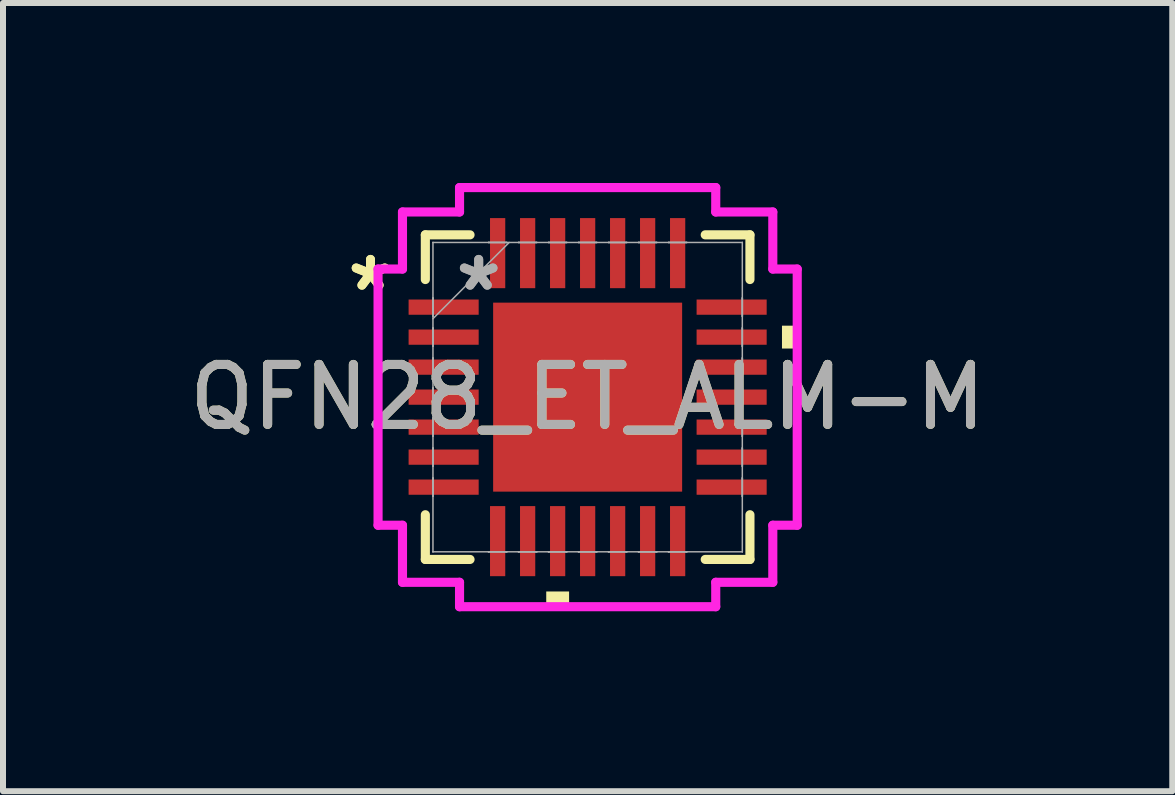
<source format=kicad_pcb>
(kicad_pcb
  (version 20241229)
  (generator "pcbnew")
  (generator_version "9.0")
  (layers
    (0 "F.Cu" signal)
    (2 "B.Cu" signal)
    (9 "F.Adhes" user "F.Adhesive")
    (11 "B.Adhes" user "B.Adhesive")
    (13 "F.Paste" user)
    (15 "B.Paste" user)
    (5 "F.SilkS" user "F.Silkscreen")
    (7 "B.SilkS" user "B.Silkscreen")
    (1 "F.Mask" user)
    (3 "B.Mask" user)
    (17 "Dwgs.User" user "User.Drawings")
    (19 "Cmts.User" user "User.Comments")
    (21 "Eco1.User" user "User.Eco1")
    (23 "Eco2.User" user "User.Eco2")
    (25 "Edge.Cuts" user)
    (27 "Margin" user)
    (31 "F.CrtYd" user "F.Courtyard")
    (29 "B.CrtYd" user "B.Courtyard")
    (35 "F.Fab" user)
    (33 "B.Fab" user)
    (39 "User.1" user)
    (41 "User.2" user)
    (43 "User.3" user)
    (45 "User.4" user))
  (footprint "QFN28_ET_ALM-M"
    (layer "F.Cu")
    (at 6.744 3.569)
    (property "Reference" "QFN28_ET_ALM-M" (at 0 0 0) (unlocked yes) (layer "F.SilkS") (effects (font (size 1 1) (thickness 0.15))))
    (attr smd)
    (fp_line (start -2.705 -2.705) (end -2.705 -1.96) (stroke (width 0.152) (type solid)) (layer "F.SilkS"))
    (fp_line (start -2.705 1.96) (end -2.705 2.705) (stroke (width 0.152) (type solid)) (layer "F.SilkS"))
    (fp_line (start -2.705 2.705) (end -1.96 2.705) (stroke (width 0.152) (type solid)) (layer "F.SilkS"))
    (fp_line (start -1.96 -2.705) (end -2.705 -2.705) (stroke (width 0.152) (type solid)) (layer "F.SilkS"))
    (fp_line (start 1.96 2.705) (end 2.705 2.705) (stroke (width 0.152) (type solid)) (layer "F.SilkS"))
    (fp_line (start 2.705 -2.705) (end 1.96 -2.705) (stroke (width 0.152) (type solid)) (layer "F.SilkS"))
    (fp_line (start 2.705 -1.96) (end 2.705 -2.705) (stroke (width 0.152) (type solid)) (layer "F.SilkS"))
    (fp_line (start 2.705 2.705) (end 2.705 1.96) (stroke (width 0.152) (type solid)) (layer "F.SilkS"))
    (fp_poly (pts (xy -0.69 3.239) (xy -0.69 3.493) (xy -0.309 3.493) (xy -0.309 3.239)) (stroke (width 0) (type solid)) (fill yes) (layer "F.SilkS"))
    (fp_poly (pts (xy 3.493 -1.191) (xy 3.493 -0.81) (xy 3.239 -0.81) (xy 3.239 -1.191)) (stroke (width 0) (type solid)) (fill yes) (layer "F.SilkS"))
    (fp_poly (pts (xy -1.475 -1.475) (xy -1.475 -0.1) (xy -0.1 -0.1) (xy -0.1 -1.475)) (stroke (width 0) (type solid)) (fill yes) (layer "F.Paste"))
    (fp_poly (pts (xy -1.475 0.1) (xy -1.475 1.475) (xy -0.1 1.475) (xy -0.1 0.1)) (stroke (width 0) (type solid)) (fill yes) (layer "F.Paste"))
    (fp_poly (pts (xy 0.1 -1.475) (xy 0.1 -0.1) (xy 1.475 -0.1) (xy 1.475 -1.475)) (stroke (width 0) (type solid)) (fill yes) (layer "F.Paste"))
    (fp_poly (pts (xy 0.1 0.1) (xy 0.1 1.475) (xy 1.475 1.475) (xy 1.475 0.1)) (stroke (width 0) (type solid)) (fill yes) (layer "F.Paste"))
    (fp_line (start -3.493 -2.135) (end -3.086 -2.135) (stroke (width 0.152) (type solid)) (layer "F.CrtYd"))
    (fp_line (start -3.493 2.135) (end -3.493 -2.135) (stroke (width 0.152) (type solid)) (layer "F.CrtYd"))
    (fp_line (start -3.086 -3.086) (end -2.135 -3.086) (stroke (width 0.152) (type solid)) (layer "F.CrtYd"))
    (fp_line (start -3.086 -2.135) (end -3.086 -3.086) (stroke (width 0.152) (type solid)) (layer "F.CrtYd"))
    (fp_line (start -3.086 2.135) (end -3.493 2.135) (stroke (width 0.152) (type solid)) (layer "F.CrtYd"))
    (fp_line (start -3.086 3.086) (end -3.086 2.135) (stroke (width 0.152) (type solid)) (layer "F.CrtYd"))
    (fp_line (start -2.135 -3.493) (end 2.135 -3.493) (stroke (width 0.152) (type solid)) (layer "F.CrtYd"))
    (fp_line (start -2.135 -3.086) (end -2.135 -3.493) (stroke (width 0.152) (type solid)) (layer "F.CrtYd"))
    (fp_line (start -2.135 3.086) (end -3.086 3.086) (stroke (width 0.152) (type solid)) (layer "F.CrtYd"))
    (fp_line (start -2.135 3.493) (end -2.135 3.086) (stroke (width 0.152) (type solid)) (layer "F.CrtYd"))
    (fp_line (start 2.135 -3.493) (end 2.135 -3.086) (stroke (width 0.152) (type solid)) (layer "F.CrtYd"))
    (fp_line (start 2.135 -3.086) (end 3.086 -3.086) (stroke (width 0.152) (type solid)) (layer "F.CrtYd"))
    (fp_line (start 2.135 3.086) (end 2.135 3.493) (stroke (width 0.152) (type solid)) (layer "F.CrtYd"))
    (fp_line (start 2.135 3.493) (end -2.135 3.493) (stroke (width 0.152) (type solid)) (layer "F.CrtYd"))
    (fp_line (start 3.086 -3.086) (end 3.086 -2.135) (stroke (width 0.152) (type solid)) (layer "F.CrtYd"))
    (fp_line (start 3.086 -2.135) (end 3.493 -2.135) (stroke (width 0.152) (type solid)) (layer "F.CrtYd"))
    (fp_line (start 3.086 2.135) (end 3.086 3.086) (stroke (width 0.152) (type solid)) (layer "F.CrtYd"))
    (fp_line (start 3.086 3.086) (end 2.135 3.086) (stroke (width 0.152) (type solid)) (layer "F.CrtYd"))
    (fp_line (start 3.493 -2.135) (end 3.493 2.135) (stroke (width 0.152) (type solid)) (layer "F.CrtYd"))
    (fp_line (start 3.493 2.135) (end 3.086 2.135) (stroke (width 0.152) (type solid)) (layer "F.CrtYd"))
    (fp_line (start -2.578 -2.578) (end -2.578 -2.578) (stroke (width 0.025) (type solid)) (layer "F.Fab"))
    (fp_line (start -2.578 -2.578) (end -2.578 2.578) (stroke (width 0.025) (type solid)) (layer "F.Fab"))
    (fp_line (start -2.578 -1.652) (end -2.578 -1.652) (stroke (width 0.025) (type solid)) (layer "F.Fab"))
    (fp_line (start -2.578 -1.652) (end -2.578 -1.348) (stroke (width 0.025) (type solid)) (layer "F.Fab"))
    (fp_line (start -2.578 -1.348) (end -2.578 -1.652) (stroke (width 0.025) (type solid)) (layer "F.Fab"))
    (fp_line (start -2.578 -1.348) (end -2.578 -1.348) (stroke (width 0.025) (type solid)) (layer "F.Fab"))
    (fp_line (start -2.578 -1.308) (end -1.308 -2.578) (stroke (width 0.025) (type solid)) (layer "F.Fab"))
    (fp_line (start -2.578 -1.152) (end -2.578 -1.152) (stroke (width 0.025) (type solid)) (layer "F.Fab"))
    (fp_line (start -2.578 -1.152) (end -2.578 -0.848) (stroke (width 0.025) (type solid)) (layer "F.Fab"))
    (fp_line (start -2.578 -0.848) (end -2.578 -1.152) (stroke (width 0.025) (type solid)) (layer "F.Fab"))
    (fp_line (start -2.578 -0.848) (end -2.578 -0.848) (stroke (width 0.025) (type solid)) (layer "F.Fab"))
    (fp_line (start -2.578 -0.652) (end -2.578 -0.652) (stroke (width 0.025) (type solid)) (layer "F.Fab"))
    (fp_line (start -2.578 -0.652) (end -2.578 -0.348) (stroke (width 0.025) (type solid)) (layer "F.Fab"))
    (fp_line (start -2.578 -0.348) (end -2.578 -0.652) (stroke (width 0.025) (type solid)) (layer "F.Fab"))
    (fp_line (start -2.578 -0.348) (end -2.578 -0.348) (stroke (width 0.025) (type solid)) (layer "F.Fab"))
    (fp_line (start -2.578 -0.152) (end -2.578 -0.152) (stroke (width 0.025) (type solid)) (layer "F.Fab"))
    (fp_line (start -2.578 -0.152) (end -2.578 0.152) (stroke (width 0.025) (type solid)) (layer "F.Fab"))
    (fp_line (start -2.578 0.152) (end -2.578 -0.152) (stroke (width 0.025) (type solid)) (layer "F.Fab"))
    (fp_line (start -2.578 0.152) (end -2.578 0.152) (stroke (width 0.025) (type solid)) (layer "F.Fab"))
    (fp_line (start -2.578 0.348) (end -2.578 0.348) (stroke (width 0.025) (type solid)) (layer "F.Fab"))
    (fp_line (start -2.578 0.348) (end -2.578 0.652) (stroke (width 0.025) (type solid)) (layer "F.Fab"))
    (fp_line (start -2.578 0.652) (end -2.578 0.348) (stroke (width 0.025) (type solid)) (layer "F.Fab"))
    (fp_line (start -2.578 0.652) (end -2.578 0.652) (stroke (width 0.025) (type solid)) (layer "F.Fab"))
    (fp_line (start -2.578 0.848) (end -2.578 0.848) (stroke (width 0.025) (type solid)) (layer "F.Fab"))
    (fp_line (start -2.578 0.848) (end -2.578 1.152) (stroke (width 0.025) (type solid)) (layer "F.Fab"))
    (fp_line (start -2.578 1.152) (end -2.578 0.848) (stroke (width 0.025) (type solid)) (layer "F.Fab"))
    (fp_line (start -2.578 1.152) (end -2.578 1.152) (stroke (width 0.025) (type solid)) (layer "F.Fab"))
    (fp_line (start -2.578 1.348) (end -2.578 1.348) (stroke (width 0.025) (type solid)) (layer "F.Fab"))
    (fp_line (start -2.578 1.348) (end -2.578 1.652) (stroke (width 0.025) (type solid)) (layer "F.Fab"))
    (fp_line (start -2.578 1.652) (end -2.578 1.348) (stroke (width 0.025) (type solid)) (layer "F.Fab"))
    (fp_line (start -2.578 1.652) (end -2.578 1.652) (stroke (width 0.025) (type solid)) (layer "F.Fab"))
    (fp_line (start -2.578 2.578) (end -2.578 2.578) (stroke (width 0.025) (type solid)) (layer "F.Fab"))
    (fp_line (start -2.578 2.578) (end 2.578 2.578) (stroke (width 0.025) (type solid)) (layer "F.Fab"))
    (fp_line (start -1.652 -2.578) (end -1.652 -2.578) (stroke (width 0.025) (type solid)) (layer "F.Fab"))
    (fp_line (start -1.652 -2.578) (end -1.348 -2.578) (stroke (width 0.025) (type solid)) (layer "F.Fab"))
    (fp_line (start -1.652 2.578) (end -1.652 2.578) (stroke (width 0.025) (type solid)) (layer "F.Fab"))
    (fp_line (start -1.652 2.578) (end -1.348 2.578) (stroke (width 0.025) (type solid)) (layer "F.Fab"))
    (fp_line (start -1.348 -2.578) (end -1.652 -2.578) (stroke (width 0.025) (type solid)) (layer "F.Fab"))
    (fp_line (start -1.348 -2.578) (end -1.348 -2.578) (stroke (width 0.025) (type solid)) (layer "F.Fab"))
    (fp_line (start -1.348 2.578) (end -1.652 2.578) (stroke (width 0.025) (type solid)) (layer "F.Fab"))
    (fp_line (start -1.348 2.578) (end -1.348 2.578) (stroke (width 0.025) (type solid)) (layer "F.Fab"))
    (fp_line (start -1.152 -2.578) (end -1.152 -2.578) (stroke (width 0.025) (type solid)) (layer "F.Fab"))
    (fp_line (start -1.152 -2.578) (end -0.848 -2.578) (stroke (width 0.025) (type solid)) (layer "F.Fab"))
    (fp_line (start -1.152 2.578) (end -1.152 2.578) (stroke (width 0.025) (type solid)) (layer "F.Fab"))
    (fp_line (start -1.152 2.578) (end -0.848 2.578) (stroke (width 0.025) (type solid)) (layer "F.Fab"))
    (fp_line (start -0.848 -2.578) (end -1.152 -2.578) (stroke (width 0.025) (type solid)) (layer "F.Fab"))
    (fp_line (start -0.848 -2.578) (end -0.848 -2.578) (stroke (width 0.025) (type solid)) (layer "F.Fab"))
    (fp_line (start -0.848 2.578) (end -1.152 2.578) (stroke (width 0.025) (type solid)) (layer "F.Fab"))
    (fp_line (start -0.848 2.578) (end -0.848 2.578) (stroke (width 0.025) (type solid)) (layer "F.Fab"))
    (fp_line (start -0.652 -2.578) (end -0.652 -2.578) (stroke (width 0.025) (type solid)) (layer "F.Fab"))
    (fp_line (start -0.652 -2.578) (end -0.348 -2.578) (stroke (width 0.025) (type solid)) (layer "F.Fab"))
    (fp_line (start -0.652 2.578) (end -0.652 2.578) (stroke (width 0.025) (type solid)) (layer "F.Fab"))
    (fp_line (start -0.652 2.578) (end -0.348 2.578) (stroke (width 0.025) (type solid)) (layer "F.Fab"))
    (fp_line (start -0.348 -2.578) (end -0.652 -2.578) (stroke (width 0.025) (type solid)) (layer "F.Fab"))
    (fp_line (start -0.348 -2.578) (end -0.348 -2.578) (stroke (width 0.025) (type solid)) (layer "F.Fab"))
    (fp_line (start -0.348 2.578) (end -0.652 2.578) (stroke (width 0.025) (type solid)) (layer "F.Fab"))
    (fp_line (start -0.348 2.578) (end -0.348 2.578) (stroke (width 0.025) (type solid)) (layer "F.Fab"))
    (fp_line (start -0.152 -2.578) (end -0.152 -2.578) (stroke (width 0.025) (type solid)) (layer "F.Fab"))
    (fp_line (start -0.152 -2.578) (end 0.152 -2.578) (stroke (width 0.025) (type solid)) (layer "F.Fab"))
    (fp_line (start -0.152 2.578) (end -0.152 2.578) (stroke (width 0.025) (type solid)) (layer "F.Fab"))
    (fp_line (start -0.152 2.578) (end 0.152 2.578) (stroke (width 0.025) (type solid)) (layer "F.Fab"))
    (fp_line (start 0.152 -2.578) (end -0.152 -2.578) (stroke (width 0.025) (type solid)) (layer "F.Fab"))
    (fp_line (start 0.152 -2.578) (end 0.152 -2.578) (stroke (width 0.025) (type solid)) (layer "F.Fab"))
    (fp_line (start 0.152 2.578) (end -0.152 2.578) (stroke (width 0.025) (type solid)) (layer "F.Fab"))
    (fp_line (start 0.152 2.578) (end 0.152 2.578) (stroke (width 0.025) (type solid)) (layer "F.Fab"))
    (fp_line (start 0.348 -2.578) (end 0.348 -2.578) (stroke (width 0.025) (type solid)) (layer "F.Fab"))
    (fp_line (start 0.348 -2.578) (end 0.652 -2.578) (stroke (width 0.025) (type solid)) (layer "F.Fab"))
    (fp_line (start 0.348 2.578) (end 0.348 2.578) (stroke (width 0.025) (type solid)) (layer "F.Fab"))
    (fp_line (start 0.348 2.578) (end 0.652 2.578) (stroke (width 0.025) (type solid)) (layer "F.Fab"))
    (fp_line (start 0.652 -2.578) (end 0.348 -2.578) (stroke (width 0.025) (type solid)) (layer "F.Fab"))
    (fp_line (start 0.652 -2.578) (end 0.652 -2.578) (stroke (width 0.025) (type solid)) (layer "F.Fab"))
    (fp_line (start 0.652 2.578) (end 0.348 2.578) (stroke (width 0.025) (type solid)) (layer "F.Fab"))
    (fp_line (start 0.652 2.578) (end 0.652 2.578) (stroke (width 0.025) (type solid)) (layer "F.Fab"))
    (fp_line (start 0.848 -2.578) (end 0.848 -2.578) (stroke (width 0.025) (type solid)) (layer "F.Fab"))
    (fp_line (start 0.848 -2.578) (end 1.152 -2.578) (stroke (width 0.025) (type solid)) (layer "F.Fab"))
    (fp_line (start 0.848 2.578) (end 0.848 2.578) (stroke (width 0.025) (type solid)) (layer "F.Fab"))
    (fp_line (start 0.848 2.578) (end 1.152 2.578) (stroke (width 0.025) (type solid)) (layer "F.Fab"))
    (fp_line (start 1.152 -2.578) (end 0.848 -2.578) (stroke (width 0.025) (type solid)) (layer "F.Fab"))
    (fp_line (start 1.152 -2.578) (end 1.152 -2.578) (stroke (width 0.025) (type solid)) (layer "F.Fab"))
    (fp_line (start 1.152 2.578) (end 0.848 2.578) (stroke (width 0.025) (type solid)) (layer "F.Fab"))
    (fp_line (start 1.152 2.578) (end 1.152 2.578) (stroke (width 0.025) (type solid)) (layer "F.Fab"))
    (fp_line (start 1.348 -2.578) (end 1.348 -2.578) (stroke (width 0.025) (type solid)) (layer "F.Fab"))
    (fp_line (start 1.348 -2.578) (end 1.652 -2.578) (stroke (width 0.025) (type solid)) (layer "F.Fab"))
    (fp_line (start 1.348 2.578) (end 1.348 2.578) (stroke (width 0.025) (type solid)) (layer "F.Fab"))
    (fp_line (start 1.348 2.578) (end 1.652 2.578) (stroke (width 0.025) (type solid)) (layer "F.Fab"))
    (fp_line (start 1.652 -2.578) (end 1.348 -2.578) (stroke (width 0.025) (type solid)) (layer "F.Fab"))
    (fp_line (start 1.652 -2.578) (end 1.652 -2.578) (stroke (width 0.025) (type solid)) (layer "F.Fab"))
    (fp_line (start 1.652 2.578) (end 1.348 2.578) (stroke (width 0.025) (type solid)) (layer "F.Fab"))
    (fp_line (start 1.652 2.578) (end 1.652 2.578) (stroke (width 0.025) (type solid)) (layer "F.Fab"))
    (fp_line (start 2.578 -2.578) (end -2.578 -2.578) (stroke (width 0.025) (type solid)) (layer "F.Fab"))
    (fp_line (start 2.578 -2.578) (end 2.578 -2.578) (stroke (width 0.025) (type solid)) (layer "F.Fab"))
    (fp_line (start 2.578 -1.652) (end 2.578 -1.652) (stroke (width 0.025) (type solid)) (layer "F.Fab"))
    (fp_line (start 2.578 -1.652) (end 2.578 -1.348) (stroke (width 0.025) (type solid)) (layer "F.Fab"))
    (fp_line (start 2.578 -1.348) (end 2.578 -1.652) (stroke (width 0.025) (type solid)) (layer "F.Fab"))
    (fp_line (start 2.578 -1.348) (end 2.578 -1.348) (stroke (width 0.025) (type solid)) (layer "F.Fab"))
    (fp_line (start 2.578 -1.152) (end 2.578 -1.152) (stroke (width 0.025) (type solid)) (layer "F.Fab"))
    (fp_line (start 2.578 -1.152) (end 2.578 -0.848) (stroke (width 0.025) (type solid)) (layer "F.Fab"))
    (fp_line (start 2.578 -0.848) (end 2.578 -1.152) (stroke (width 0.025) (type solid)) (layer "F.Fab"))
    (fp_line (start 2.578 -0.848) (end 2.578 -0.848) (stroke (width 0.025) (type solid)) (layer "F.Fab"))
    (fp_line (start 2.578 -0.652) (end 2.578 -0.652) (stroke (width 0.025) (type solid)) (layer "F.Fab"))
    (fp_line (start 2.578 -0.652) (end 2.578 -0.348) (stroke (width 0.025) (type solid)) (layer "F.Fab"))
    (fp_line (start 2.578 -0.348) (end 2.578 -0.652) (stroke (width 0.025) (type solid)) (layer "F.Fab"))
    (fp_line (start 2.578 -0.348) (end 2.578 -0.348) (stroke (width 0.025) (type solid)) (layer "F.Fab"))
    (fp_line (start 2.578 -0.152) (end 2.578 -0.152) (stroke (width 0.025) (type solid)) (layer "F.Fab"))
    (fp_line (start 2.578 -0.152) (end 2.578 0.152) (stroke (width 0.025) (type solid)) (layer "F.Fab"))
    (fp_line (start 2.578 0.152) (end 2.578 -0.152) (stroke (width 0.025) (type solid)) (layer "F.Fab"))
    (fp_line (start 2.578 0.152) (end 2.578 0.152) (stroke (width 0.025) (type solid)) (layer "F.Fab"))
    (fp_line (start 2.578 0.348) (end 2.578 0.348) (stroke (width 0.025) (type solid)) (layer "F.Fab"))
    (fp_line (start 2.578 0.348) (end 2.578 0.652) (stroke (width 0.025) (type solid)) (layer "F.Fab"))
    (fp_line (start 2.578 0.652) (end 2.578 0.348) (stroke (width 0.025) (type solid)) (layer "F.Fab"))
    (fp_line (start 2.578 0.652) (end 2.578 0.652) (stroke (width 0.025) (type solid)) (layer "F.Fab"))
    (fp_line (start 2.578 0.848) (end 2.578 0.848) (stroke (width 0.025) (type solid)) (layer "F.Fab"))
    (fp_line (start 2.578 0.848) (end 2.578 1.152) (stroke (width 0.025) (type solid)) (layer "F.Fab"))
    (fp_line (start 2.578 1.152) (end 2.578 0.848) (stroke (width 0.025) (type solid)) (layer "F.Fab"))
    (fp_line (start 2.578 1.152) (end 2.578 1.152) (stroke (width 0.025) (type solid)) (layer "F.Fab"))
    (fp_line (start 2.578 1.348) (end 2.578 1.348) (stroke (width 0.025) (type solid)) (layer "F.Fab"))
    (fp_line (start 2.578 1.348) (end 2.578 1.652) (stroke (width 0.025) (type solid)) (layer "F.Fab"))
    (fp_line (start 2.578 1.652) (end 2.578 1.348) (stroke (width 0.025) (type solid)) (layer "F.Fab"))
    (fp_line (start 2.578 1.652) (end 2.578 1.652) (stroke (width 0.025) (type solid)) (layer "F.Fab"))
    (fp_line (start 2.578 2.578) (end 2.578 -2.578) (stroke (width 0.025) (type solid)) (layer "F.Fab"))
    (fp_line (start 2.578 2.578) (end 2.578 2.578) (stroke (width 0.025) (type solid)) (layer "F.Fab"))
    (fp_text user "*" (at -3.619 -1.75 0) (layer "F.SilkS") (effects (font (size 1 1) (thickness 0.15))))
    (fp_text user "*" (at -3.619 -1.75 0) (unlocked yes) (layer "F.SilkS") (effects (font (size 1 1) (thickness 0.15))))
    (fp_text user "${REFERENCE}" (at 0 0 0) (unlocked yes) (layer "F.Fab") (effects (font (size 1 1) (thickness 0.15))))
    (fp_text user "*" (at -1.816 -1.75 0) (layer "F.Fab") (effects (font (size 1 1) (thickness 0.15))))
    (fp_text user "*" (at -1.816 -1.75 0) (unlocked yes) (layer "F.Fab") (effects (font (size 1 1) (thickness 0.15))))
    (pad "1" smd rect (at -2.4 -1.5 90) (size 0.254 1.168) (layers "F.Cu" "F.Mask" "F.Paste"))
    (pad "2" smd rect (at -2.4 -1 90) (size 0.254 1.168) (layers "F.Cu" "F.Mask" "F.Paste"))
    (pad "3" smd rect (at -2.4 -0.5 90) (size 0.254 1.168) (layers "F.Cu" "F.Mask" "F.Paste"))
    (pad "4" smd rect (at -2.4 0 90) (size 0.254 1.168) (layers "F.Cu" "F.Mask" "F.Paste"))
    (pad "5" smd rect (at -2.4 0.5 90) (size 0.254 1.168) (layers "F.Cu" "F.Mask" "F.Paste"))
    (pad "6" smd rect (at -2.4 1 90) (size 0.254 1.168) (layers "F.Cu" "F.Mask" "F.Paste"))
    (pad "7" smd rect (at -2.4 1.5 90) (size 0.254 1.168) (layers "F.Cu" "F.Mask" "F.Paste"))
    (pad "8" smd rect (at -1.5 2.4) (size 0.254 1.168) (layers "F.Cu" "F.Mask" "F.Paste"))
    (pad "9" smd rect (at -1 2.4) (size 0.254 1.168) (layers "F.Cu" "F.Mask" "F.Paste"))
    (pad "10" smd rect (at -0.5 2.4) (size 0.254 1.168) (layers "F.Cu" "F.Mask" "F.Paste"))
    (pad "11" smd rect (at 0 2.4) (size 0.254 1.168) (layers "F.Cu" "F.Mask" "F.Paste"))
    (pad "12" smd rect (at 0.5 2.4) (size 0.254 1.168) (layers "F.Cu" "F.Mask" "F.Paste"))
    (pad "13" smd rect (at 1 2.4) (size 0.254 1.168) (layers "F.Cu" "F.Mask" "F.Paste"))
    (pad "14" smd rect (at 1.5 2.4) (size 0.254 1.168) (layers "F.Cu" "F.Mask" "F.Paste"))
    (pad "15" smd rect (at 2.4 1.5 90) (size 0.254 1.168) (layers "F.Cu" "F.Mask" "F.Paste"))
    (pad "16" smd rect (at 2.4 1 90) (size 0.254 1.168) (layers "F.Cu" "F.Mask" "F.Paste"))
    (pad "17" smd rect (at 2.4 0.5 90) (size 0.254 1.168) (layers "F.Cu" "F.Mask" "F.Paste"))
    (pad "18" smd rect (at 2.4 0 90) (size 0.254 1.168) (layers "F.Cu" "F.Mask" "F.Paste"))
    (pad "19" smd rect (at 2.4 -0.5 90) (size 0.254 1.168) (layers "F.Cu" "F.Mask" "F.Paste"))
    (pad "20" smd rect (at 2.4 -1 90) (size 0.254 1.168) (layers "F.Cu" "F.Mask" "F.Paste"))
    (pad "21" smd rect (at 2.4 -1.5 90) (size 0.254 1.168) (layers "F.Cu" "F.Mask" "F.Paste"))
    (pad "22" smd rect (at 1.5 -2.4) (size 0.254 1.168) (layers "F.Cu" "F.Mask" "F.Paste"))
    (pad "23" smd rect (at 1 -2.4) (size 0.254 1.168) (layers "F.Cu" "F.Mask" "F.Paste"))
    (pad "24" smd rect (at 0.5 -2.4) (size 0.254 1.168) (layers "F.Cu" "F.Mask" "F.Paste"))
    (pad "25" smd rect (at 0 -2.4) (size 0.254 1.168) (layers "F.Cu" "F.Mask" "F.Paste"))
    (pad "26" smd rect (at -0.5 -2.4) (size 0.254 1.168) (layers "F.Cu" "F.Mask" "F.Paste"))
    (pad "27" smd rect (at -1 -2.4) (size 0.254 1.168) (layers "F.Cu" "F.Mask" "F.Paste"))
    (pad "28" smd rect (at -1.5 -2.4) (size 0.254 1.168) (layers "F.Cu" "F.Mask" "F.Paste"))
    (pad "29" smd rect (at 0 0) (size 3.15 3.15) (layers "F.Cu" "F.Mask")))
  (gr_rect
    (start -3 -3)
    (end 16.488 10.137)
    (stroke (width 0.1) (type default))
    (fill no)
    (layer "Edge.Cuts")))
</source>
